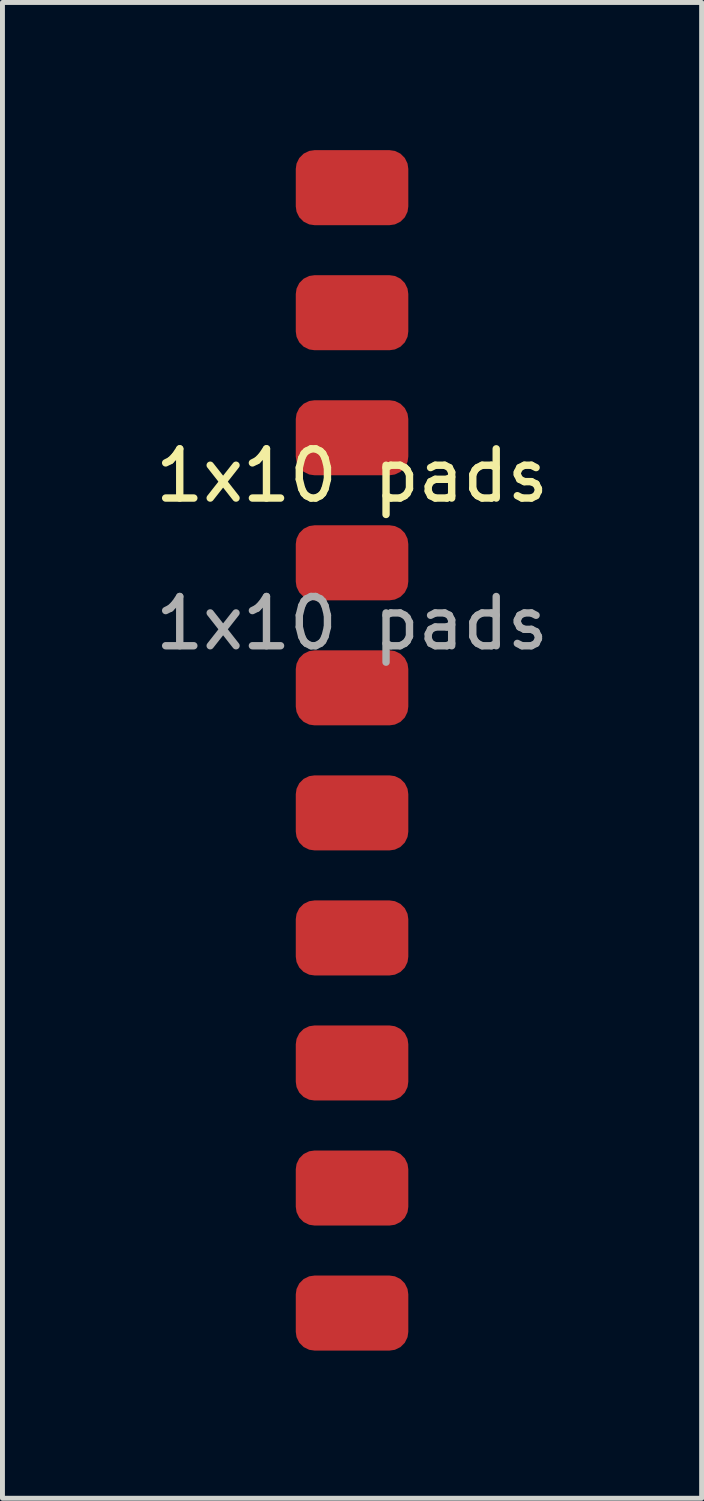
<source format=kicad_pcb>
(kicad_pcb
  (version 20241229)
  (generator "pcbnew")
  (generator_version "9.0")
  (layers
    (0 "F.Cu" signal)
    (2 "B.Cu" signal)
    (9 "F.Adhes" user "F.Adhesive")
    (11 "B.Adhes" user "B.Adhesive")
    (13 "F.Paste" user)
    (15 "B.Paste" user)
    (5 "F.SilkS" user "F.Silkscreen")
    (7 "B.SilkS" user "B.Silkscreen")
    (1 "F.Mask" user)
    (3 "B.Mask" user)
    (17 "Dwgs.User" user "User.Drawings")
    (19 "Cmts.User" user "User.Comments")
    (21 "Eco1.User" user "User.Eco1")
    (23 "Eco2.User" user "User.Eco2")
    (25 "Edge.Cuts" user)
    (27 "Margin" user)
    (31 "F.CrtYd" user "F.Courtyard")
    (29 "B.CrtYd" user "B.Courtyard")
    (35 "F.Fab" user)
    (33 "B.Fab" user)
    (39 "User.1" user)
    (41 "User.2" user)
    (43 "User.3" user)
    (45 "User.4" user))
  (footprint "1x10 pads"
    (layer "F.Cu")
    (at 4.101 12.192)
    (property "Reference" "1x10 pads" (at 0 -5.58 0) (unlocked yes) (layer "F.SilkS") (effects (font (size 1 1) (thickness 0.15))))
    (attr smd)
    (fp_text user "${REFERENCE}" (at 0 -2.58 0) (unlocked yes) (layer "F.Fab") (effects (font (size 1 1) (thickness 0.15))))
    (pad "1" smd roundrect (at 0 -11.43) (size 2.286 1.524) (layers "F.Cu" "F.Mask") (roundrect_rratio 0.25))
    (pad "2" smd roundrect (at 0 -8.89) (size 2.286 1.524) (layers "F.Cu" "F.Mask") (roundrect_rratio 0.25))
    (pad "3" smd roundrect (at 0 -6.35) (size 2.286 1.524) (layers "F.Cu" "F.Mask") (roundrect_rratio 0.25))
    (pad "4" smd roundrect (at 0 -3.81) (size 2.286 1.524) (layers "F.Cu" "F.Mask") (roundrect_rratio 0.25))
    (pad "5" smd roundrect (at 0 -1.27) (size 2.286 1.524) (layers "F.Cu" "F.Mask") (roundrect_rratio 0.25))
    (pad "6" smd roundrect (at 0 1.27) (size 2.286 1.524) (layers "F.Cu" "F.Mask") (roundrect_rratio 0.25))
    (pad "7" smd roundrect (at 0 3.81) (size 2.286 1.524) (layers "F.Cu" "F.Mask") (roundrect_rratio 0.25))
    (pad "8" smd roundrect (at 0 6.35) (size 2.286 1.524) (layers "F.Cu" "F.Mask") (roundrect_rratio 0.25))
    (pad "9" smd roundrect (at 0 8.89) (size 2.286 1.524) (layers "F.Cu" "F.Mask") (roundrect_rratio 0.25))
    (pad "10" smd roundrect (at 0 11.43) (size 2.286 1.524) (layers "F.Cu" "F.Mask") (roundrect_rratio 0.25)))
  (gr_rect
    (start -3 -3)
    (end 11.202 27.384)
    (stroke (width 0.1) (type default))
    (fill no)
    (layer "Edge.Cuts")))
</source>
